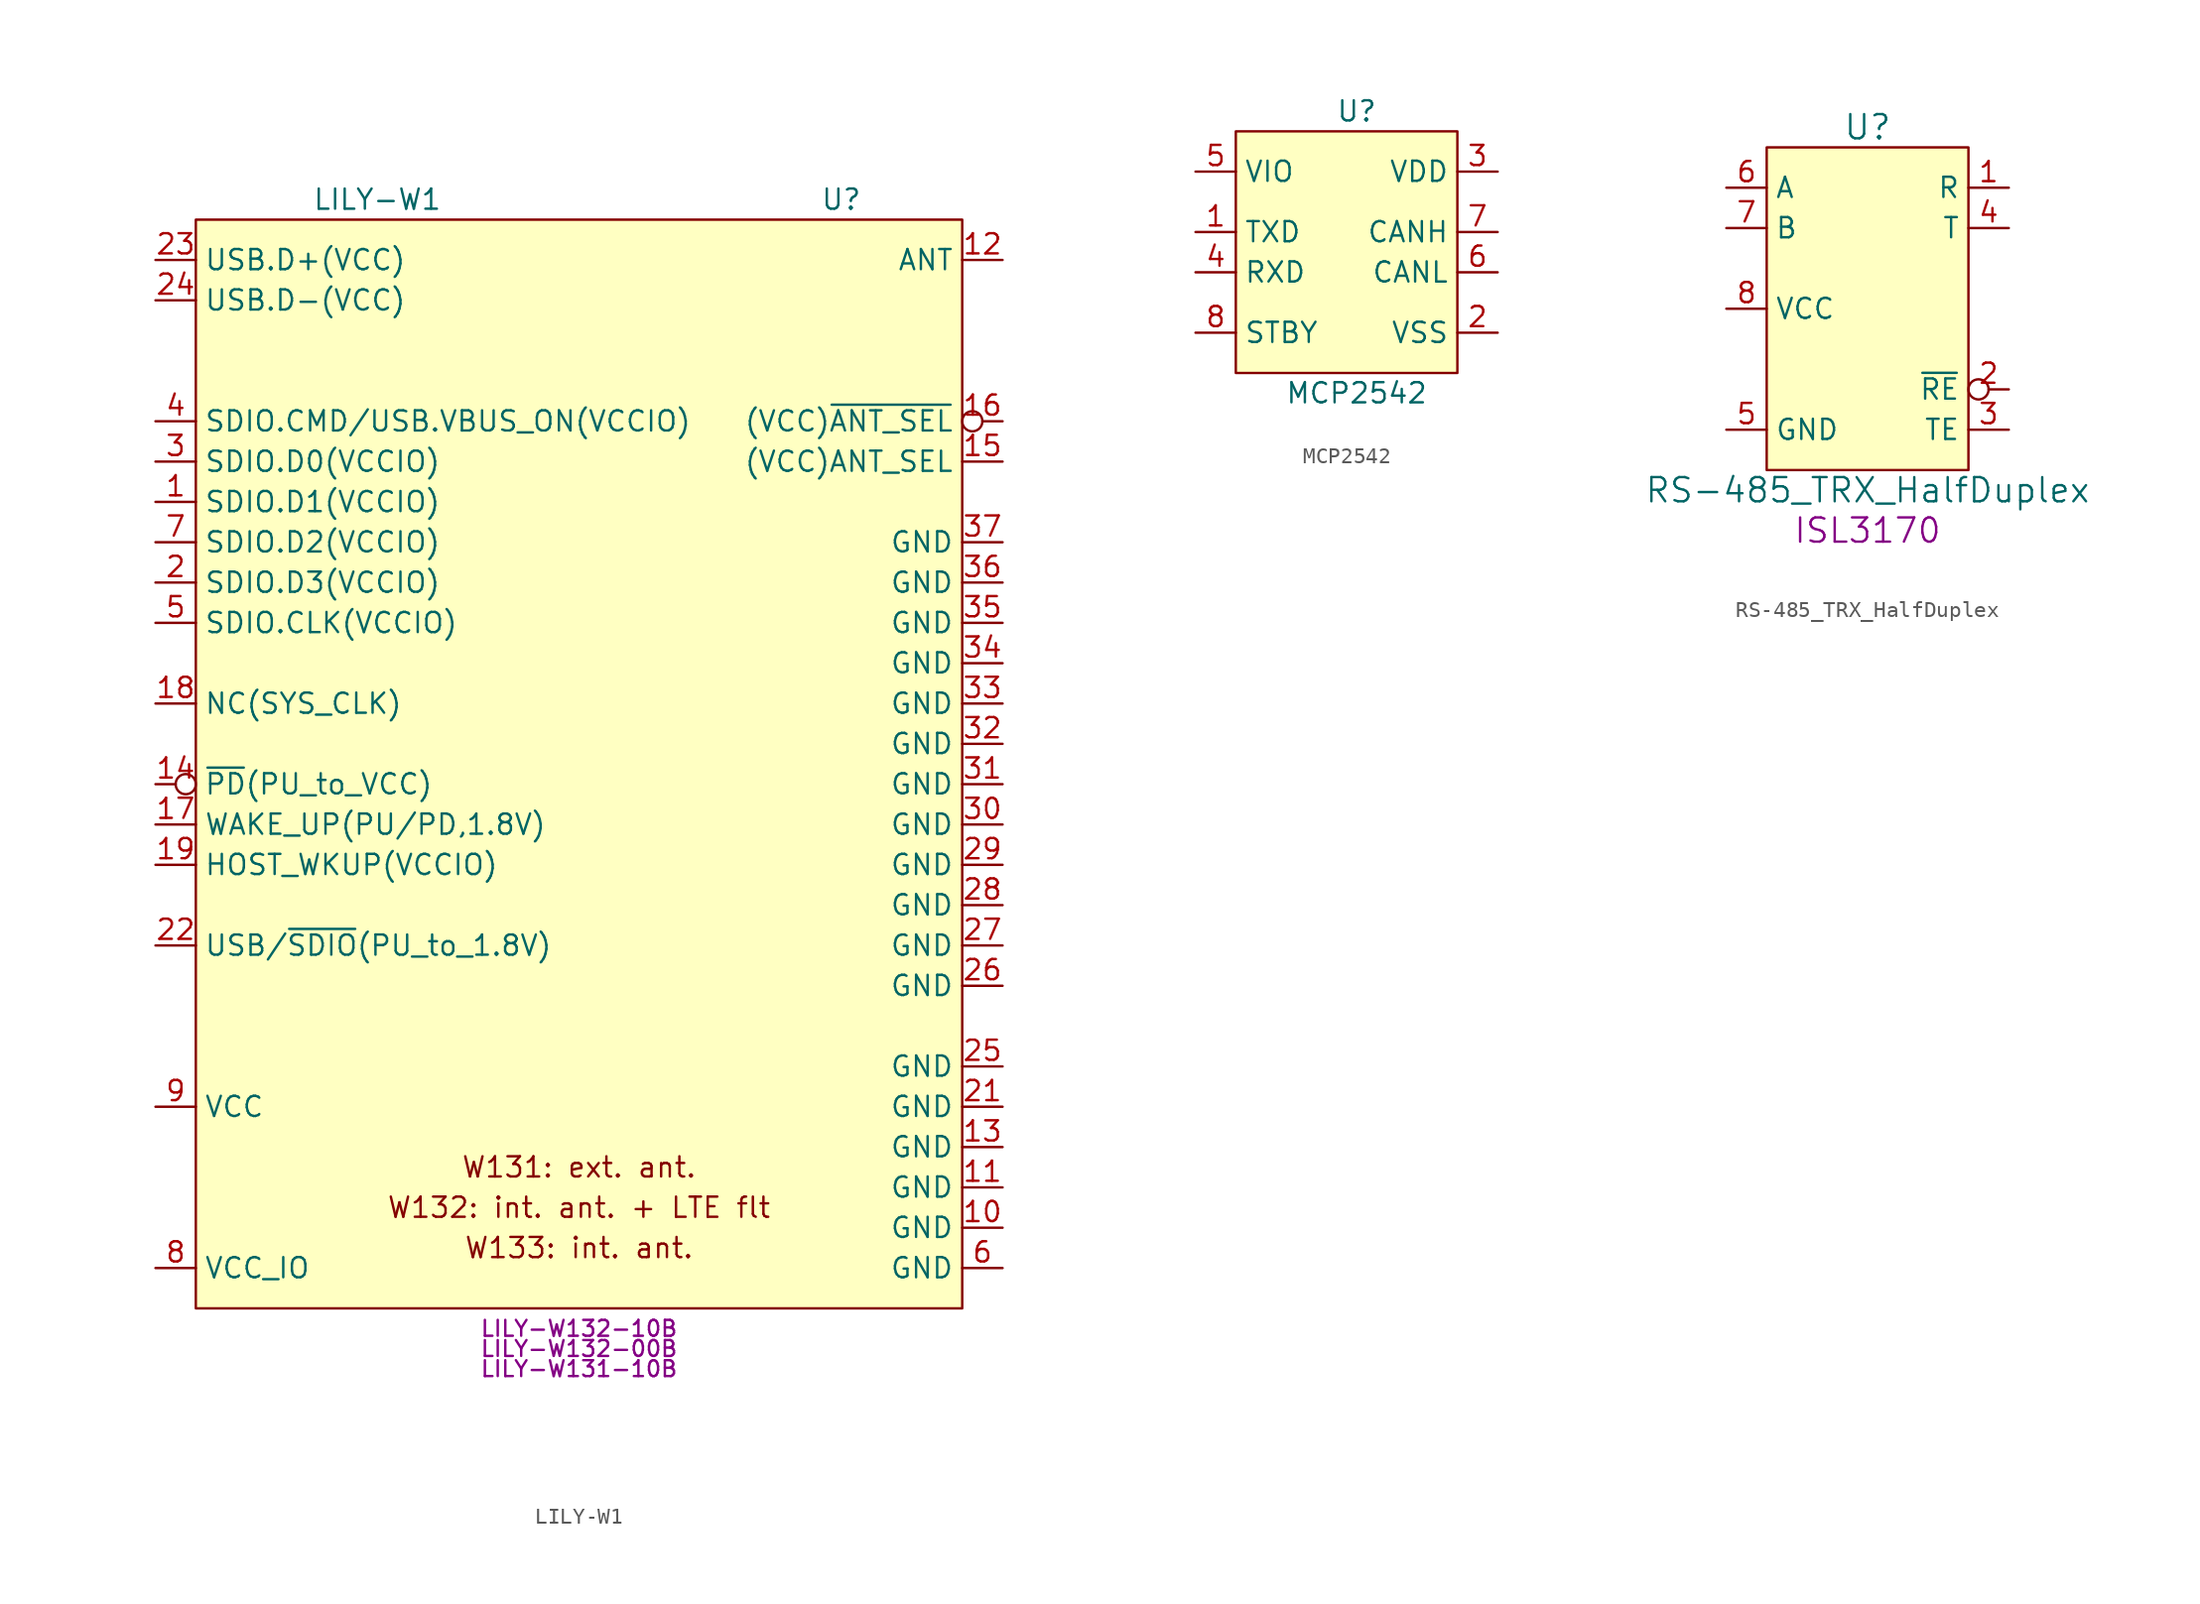
<source format=kicad_sym>
(kicad_symbol_lib
  (version 20231120)
  (generator "kicad_symbol_editor")
  (generator_version "8.0")
  (symbol "LILY-W1"
    (property "Reference" "U"
      (at 16.51 35.56 0)
      (effects (font (size 1.27 1.27))))
    (property "Value" "LILY-W1"
      (at -12.7 35.56 0)
      (effects (font (size 1.27 1.27))))
    (property "MPN" "LILY-W132-10B"
      (at 0 -35.56 0)
      (effects (font (size 1 1))))
    (property "MPN2" "LILY-W132-00B"
      (at 0 -36.83 0)
      (effects (font (size 1 1))))
    (property "MPN3" "LILY-W131-10B"
      (at 0 -38.1 0)
      (effects (font (size 1 1))))
    (symbol "LILY-W1_0_0"
      (text "W131: ext. ant." (at 0 -25.4 0) (effects (font (size 1.27 1.27))))
      (text "W132: int. ant. + LTE flt" (at 0 -27.94 0) (effects (font (size 1.27 1.27))))
      (text "W133: int. ant." (at 0 -30.48 0) (effects (font (size 1.27 1.27)))))
    (symbol "LILY-W1_0_1"
      (rectangle (start -24.13 34.29) (end 24.13 -34.29) (stroke (width 0.152) (type default)) (fill (type background))))
    (symbol "LILY-W1_1_1"
      (pin bidirectional line (at -26.67 16.51 0) (length 2.54) (name "SDIO.D1(VCCIO)" (effects (font (size 1.27 1.27)))) (number "1" (effects (font (size 1.27 1.27)))))
      (pin power_in line (at 26.67 -29.21 180) (length 2.54) (name "GND" (effects (font (size 1.27 1.27)))) (number "10" (effects (font (size 1.27 1.27)))))
      (pin power_in line (at 26.67 -26.67 180) (length 2.54) (name "GND" (effects (font (size 1.27 1.27)))) (number "11" (effects (font (size 1.27 1.27)))))
      (pin bidirectional line (at 26.67 31.75 180) (length 2.54) (name "ANT" (effects (font (size 1.27 1.27)))) (number "12" (effects (font (size 1.27 1.27)))))
      (pin power_in line (at 26.67 -24.13 180) (length 2.54) (name "GND" (effects (font (size 1.27 1.27)))) (number "13" (effects (font (size 1.27 1.27)))))
      (pin input inverted (at -26.67 -1.27 0) (length 2.54) (name "~{PD}(PU_to_VCC)" (effects (font (size 1.27 1.27)))) (number "14" (effects (font (size 1.27 1.27)))))
      (pin output line (at 26.67 19.05 180) (length 2.54) (name "(VCC)ANT_SEL" (effects (font (size 1.27 1.27)))) (number "15" (effects (font (size 1.27 1.27)))))
      (pin output inverted (at 26.67 21.59 180) (length 2.54) (name "(VCC)~{ANT_SEL}" (effects (font (size 1.27 1.27)))) (number "16" (effects (font (size 1.27 1.27)))))
      (pin input line (at -26.67 -3.81 0) (length 2.54) (name "WAKE_UP(PU/PD,1.8V)" (effects (font (size 1.27 1.27)))) (number "17" (effects (font (size 1.27 1.27)))))
      (pin passive line (at -26.67 3.81 0) (length 2.54) (name "NC(SYS_CLK)" (effects (font (size 1.27 1.27)))) (number "18" (effects (font (size 1.27 1.27)))))
      (pin output line (at -26.67 -6.35 0) (length 2.54) (name "HOST_WKUP(VCCIO)" (effects (font (size 1.27 1.27)))) (number "19" (effects (font (size 1.27 1.27)))))
      (pin bidirectional line (at -26.67 11.43 0) (length 2.54) (name "SDIO.D3(VCCIO)" (effects (font (size 1.27 1.27)))) (number "2" (effects (font (size 1.27 1.27)))))
      (pin power_in line (at 26.67 -21.59 180) (length 2.54) (name "GND" (effects (font (size 1.27 1.27)))) (number "21" (effects (font (size 1.27 1.27)))))
      (pin input line (at -26.67 -11.43 0) (length 2.54) (name "USB/~{SDIO}(PU_to_1.8V)" (effects (font (size 1.27 1.27)))) (number "22" (effects (font (size 1.27 1.27)))))
      (pin bidirectional line (at -26.67 31.75 0) (length 2.54) (name "USB.D+(VCC)" (effects (font (size 1.27 1.27)))) (number "23" (effects (font (size 1.27 1.27)))))
      (pin bidirectional line (at -26.67 29.21 0) (length 2.54) (name "USB.D-(VCC)" (effects (font (size 1.27 1.27)))) (number "24" (effects (font (size 1.27 1.27)))))
      (pin power_in line (at 26.67 -19.05 180) (length 2.54) (name "GND" (effects (font (size 1.27 1.27)))) (number "25" (effects (font (size 1.27 1.27)))))
      (pin power_in line (at 26.67 -13.97 180) (length 2.54) (name "GND" (effects (font (size 1.27 1.27)))) (number "26" (effects (font (size 1.27 1.27)))))
      (pin power_in line (at 26.67 -11.43 180) (length 2.54) (name "GND" (effects (font (size 1.27 1.27)))) (number "27" (effects (font (size 1.27 1.27)))))
      (pin power_in line (at 26.67 -8.89 180) (length 2.54) (name "GND" (effects (font (size 1.27 1.27)))) (number "28" (effects (font (size 1.27 1.27)))))
      (pin power_in line (at 26.67 -6.35 180) (length 2.54) (name "GND" (effects (font (size 1.27 1.27)))) (number "29" (effects (font (size 1.27 1.27)))))
      (pin bidirectional line (at -26.67 19.05 0) (length 2.54) (name "SDIO.D0(VCCIO)" (effects (font (size 1.27 1.27)))) (number "3" (effects (font (size 1.27 1.27)))))
      (pin power_in line (at 26.67 -3.81 180) (length 2.54) (name "GND" (effects (font (size 1.27 1.27)))) (number "30" (effects (font (size 1.27 1.27)))))
      (pin power_in line (at 26.67 -1.27 180) (length 2.54) (name "GND" (effects (font (size 1.27 1.27)))) (number "31" (effects (font (size 1.27 1.27)))))
      (pin power_in line (at 26.67 1.27 180) (length 2.54) (name "GND" (effects (font (size 1.27 1.27)))) (number "32" (effects (font (size 1.27 1.27)))))
      (pin power_in line (at 26.67 3.81 180) (length 2.54) (name "GND" (effects (font (size 1.27 1.27)))) (number "33" (effects (font (size 1.27 1.27)))))
      (pin power_in line (at 26.67 6.35 180) (length 2.54) (name "GND" (effects (font (size 1.27 1.27)))) (number "34" (effects (font (size 1.27 1.27)))))
      (pin power_in line (at 26.67 8.89 180) (length 2.54) (name "GND" (effects (font (size 1.27 1.27)))) (number "35" (effects (font (size 1.27 1.27)))))
      (pin power_in line (at 26.67 11.43 180) (length 2.54) (name "GND" (effects (font (size 1.27 1.27)))) (number "36" (effects (font (size 1.27 1.27)))))
      (pin power_in line (at 26.67 13.97 180) (length 2.54) (name "GND" (effects (font (size 1.27 1.27)))) (number "37" (effects (font (size 1.27 1.27)))))
      (pin bidirectional line (at -26.67 21.59 0) (length 2.54) (name "SDIO.CMD/USB.VBUS_ON(VCCIO)" (effects (font (size 1.27 1.27)))) (number "4" (effects (font (size 1.27 1.27)))))
      (pin input line (at -26.67 8.89 0) (length 2.54) (name "SDIO.CLK(VCCIO)" (effects (font (size 1.27 1.27)))) (number "5" (effects (font (size 1.27 1.27)))))
      (pin power_in line (at 26.67 -31.75 180) (length 2.54) (name "GND" (effects (font (size 1.27 1.27)))) (number "6" (effects (font (size 1.27 1.27)))))
      (pin bidirectional line (at -26.67 13.97 0) (length 2.54) (name "SDIO.D2(VCCIO)" (effects (font (size 1.27 1.27)))) (number "7" (effects (font (size 1.27 1.27)))))
      (pin power_in line (at -26.67 -31.75 0) (length 2.54) (name "VCC_IO" (effects (font (size 1.27 1.27)))) (number "8" (effects (font (size 1.27 1.27)))))
      (pin power_in line (at -26.67 -21.59 0) (length 2.54) (name "VCC" (effects (font (size 1.27 1.27)))) (number "9" (effects (font (size 1.27 1.27)))))))
  (symbol "MCP2542"
    (property "Reference" "U"
      (at 0 8.89 0)
      (effects (font (size 1.27 1.27))))
    (property "Value" "MCP2542"
      (at 0 -8.89 0)
      (effects (font (size 1.27 1.27))))
    (symbol "MCP2542_0_1"
      (rectangle (start -7.62 -7.62) (end 6.35 7.62) (stroke (width 0) (type default)) (fill (type background))))
    (symbol "MCP2542_1_1"
      (pin input line (at -10.16 1.27 0) (length 2.54) (name "TXD" (effects (font (size 1.27 1.27)))) (number "1" (effects (font (size 1.27 1.27)))))
      (pin power_in line (at 8.89 -5.08 180) (length 2.54) (name "VSS" (effects (font (size 1.27 1.27)))) (number "2" (effects (font (size 1.27 1.27)))))
      (pin power_in line (at 8.89 5.08 180) (length 2.54) (name "VDD" (effects (font (size 1.27 1.27)))) (number "3" (effects (font (size 1.27 1.27)))))
      (pin output line (at -10.16 -1.27 0) (length 2.54) (name "RXD" (effects (font (size 1.27 1.27)))) (number "4" (effects (font (size 1.27 1.27)))))
      (pin power_in line (at -10.16 5.08 0) (length 2.54) (name "VIO" (effects (font (size 1.27 1.27)))) (number "5" (effects (font (size 1.27 1.27)))))
      (pin bidirectional line (at 8.89 -1.27 180) (length 2.54) (name "CANL" (effects (font (size 1.27 1.27)))) (number "6" (effects (font (size 1.27 1.27)))))
      (pin bidirectional line (at 8.89 1.27 180) (length 2.54) (name "CANH" (effects (font (size 1.27 1.27)))) (number "7" (effects (font (size 1.27 1.27)))))
      (pin input line (at -10.16 -5.08 0) (length 2.54) (name "STBY" (effects (font (size 1.27 1.27)))) (number "8" (effects (font (size 1.27 1.27)))))))
  (symbol "RS-485_TRX_HalfDuplex"
    (property "Reference" "U"
      (at 0 11.43 0)
      (effects (font (size 1.524 1.524))))
    (property "Value" "RS-485_TRX_HalfDuplex"
      (at 0 -11.43 0)
      (effects (font (size 1.524 1.524))))
    (property "MPN" "ISL3170"
      (at 0 -13.97 0)
      (effects (font (size 1.524 1.524))))
    (symbol "RS-485_TRX_HalfDuplex_0_1"
      (rectangle (start -6.35 -10.16) (end 6.35 10.16) (stroke (width 0) (type default)) (fill (type background))))
    (symbol "RS-485_TRX_HalfDuplex_1_1"
      (pin output line (at 8.89 7.62 180) (length 2.54) (name "R" (effects (font (size 1.27 1.27)))) (number "1" (effects (font (size 1.27 1.27)))))
      (pin input inverted (at 8.89 -5.08 180) (length 2.54) (name "~{RE}" (effects (font (size 1.27 1.27)))) (number "2" (effects (font (size 1.27 1.27)))))
      (pin input line (at 8.89 -7.62 180) (length 2.54) (name "TE" (effects (font (size 1.27 1.27)))) (number "3" (effects (font (size 1.27 1.27)))))
      (pin input line (at 8.89 5.08 180) (length 2.54) (name "T" (effects (font (size 1.27 1.27)))) (number "4" (effects (font (size 1.27 1.27)))))
      (pin power_in line (at -8.89 -7.62 0) (length 2.54) (name "GND" (effects (font (size 1.27 1.27)))) (number "5" (effects (font (size 1.27 1.27)))))
      (pin bidirectional line (at -8.89 7.62 0) (length 2.54) (name "A" (effects (font (size 1.27 1.27)))) (number "6" (effects (font (size 1.27 1.27)))))
      (pin bidirectional line (at -8.89 5.08 0) (length 2.54) (name "B" (effects (font (size 1.27 1.27)))) (number "7" (effects (font (size 1.27 1.27)))))
      (pin power_in line (at -8.89 0 0) (length 2.54) (name "VCC" (effects (font (size 1.27 1.27)))) (number "8" (effects (font (size 1.27 1.27))))))))
</source>
